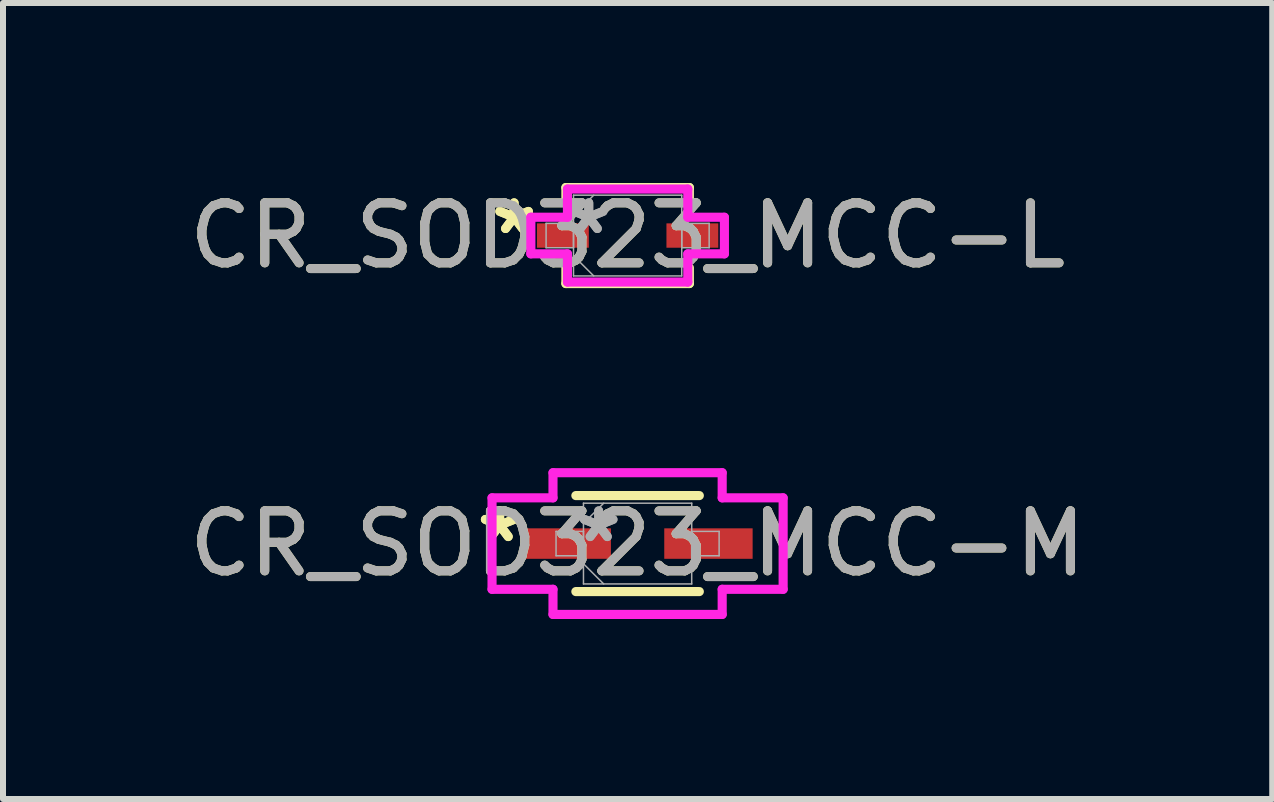
<source format=kicad_pcb>
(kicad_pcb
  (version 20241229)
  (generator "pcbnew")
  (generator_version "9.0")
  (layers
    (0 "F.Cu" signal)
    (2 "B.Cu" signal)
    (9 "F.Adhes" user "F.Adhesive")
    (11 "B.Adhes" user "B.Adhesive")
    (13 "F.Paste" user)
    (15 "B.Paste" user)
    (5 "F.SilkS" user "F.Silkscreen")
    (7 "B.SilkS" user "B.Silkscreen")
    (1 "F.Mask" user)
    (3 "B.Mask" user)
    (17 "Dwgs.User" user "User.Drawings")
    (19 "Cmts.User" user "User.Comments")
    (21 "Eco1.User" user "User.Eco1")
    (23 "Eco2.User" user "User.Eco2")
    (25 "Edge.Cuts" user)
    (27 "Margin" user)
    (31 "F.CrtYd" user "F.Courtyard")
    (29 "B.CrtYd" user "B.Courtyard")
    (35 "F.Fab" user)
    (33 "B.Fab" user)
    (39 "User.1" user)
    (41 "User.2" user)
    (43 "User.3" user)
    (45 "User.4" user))
  (footprint "CR_SOD323_MCC-M"
    (layer "F.Cu")
    (at 7.577 6.01)
    (property "Reference" "CR_SOD323_MCC-M" (at 0 0 0) (unlocked yes) (layer "F.SilkS") (effects (font (size 1 1) (thickness 0.15))))
    (attr smd)
    (fp_line (start -1.029 0.8) (end 1.029 0.8) (stroke (width 0.152) (type solid)) (layer "F.SilkS"))
    (fp_line (start 1.029 -0.8) (end -1.029 -0.8) (stroke (width 0.152) (type solid)) (layer "F.SilkS"))
    (fp_line (start -2.426 -0.762) (end -1.41 -0.762) (stroke (width 0.152) (type solid)) (layer "F.CrtYd"))
    (fp_line (start -2.426 0.762) (end -2.426 -0.762) (stroke (width 0.152) (type solid)) (layer "F.CrtYd"))
    (fp_line (start -1.41 -1.181) (end 1.41 -1.181) (stroke (width 0.152) (type solid)) (layer "F.CrtYd"))
    (fp_line (start -1.41 -0.762) (end -1.41 -1.181) (stroke (width 0.152) (type solid)) (layer "F.CrtYd"))
    (fp_line (start -1.41 0.762) (end -2.426 0.762) (stroke (width 0.152) (type solid)) (layer "F.CrtYd"))
    (fp_line (start -1.41 1.181) (end -1.41 0.762) (stroke (width 0.152) (type solid)) (layer "F.CrtYd"))
    (fp_line (start 1.41 -1.181) (end 1.41 -0.762) (stroke (width 0.152) (type solid)) (layer "F.CrtYd"))
    (fp_line (start 1.41 -0.762) (end 2.426 -0.762) (stroke (width 0.152) (type solid)) (layer "F.CrtYd"))
    (fp_line (start 1.41 0.762) (end 1.41 1.181) (stroke (width 0.152) (type solid)) (layer "F.CrtYd"))
    (fp_line (start 1.41 1.181) (end -1.41 1.181) (stroke (width 0.152) (type solid)) (layer "F.CrtYd"))
    (fp_line (start 2.426 -0.762) (end 2.426 0.762) (stroke (width 0.152) (type solid)) (layer "F.CrtYd"))
    (fp_line (start 2.426 0.762) (end 1.41 0.762) (stroke (width 0.152) (type solid)) (layer "F.CrtYd"))
    (fp_line (start -1.359 -0.203) (end -1.359 0.203) (stroke (width 0.025) (type solid)) (layer "F.Fab"))
    (fp_line (start -1.359 0.203) (end -0.902 0.203) (stroke (width 0.025) (type solid)) (layer "F.Fab"))
    (fp_line (start -0.902 -0.673) (end -0.902 0.673) (stroke (width 0.025) (type solid)) (layer "F.Fab"))
    (fp_line (start -0.902 -0.337) (end -0.565 -0.673) (stroke (width 0.025) (type solid)) (layer "F.Fab"))
    (fp_line (start -0.902 -0.203) (end -1.359 -0.203) (stroke (width 0.025) (type solid)) (layer "F.Fab"))
    (fp_line (start -0.902 0.203) (end -0.902 -0.203) (stroke (width 0.025) (type solid)) (layer "F.Fab"))
    (fp_line (start -0.902 0.337) (end -0.565 0.673) (stroke (width 0.025) (type solid)) (layer "F.Fab"))
    (fp_line (start -0.902 0.673) (end 0.902 0.673) (stroke (width 0.025) (type solid)) (layer "F.Fab"))
    (fp_line (start 0.902 -0.673) (end -0.902 -0.673) (stroke (width 0.025) (type solid)) (layer "F.Fab"))
    (fp_line (start 0.902 -0.203) (end 0.902 0.203) (stroke (width 0.025) (type solid)) (layer "F.Fab"))
    (fp_line (start 0.902 0.203) (end 1.359 0.203) (stroke (width 0.025) (type solid)) (layer "F.Fab"))
    (fp_line (start 0.902 0.673) (end 0.902 -0.673) (stroke (width 0.025) (type solid)) (layer "F.Fab"))
    (fp_line (start 1.359 -0.203) (end 0.902 -0.203) (stroke (width 0.025) (type solid)) (layer "F.Fab"))
    (fp_line (start 1.359 0.203) (end 1.359 -0.203) (stroke (width 0.025) (type solid)) (layer "F.Fab"))
    (fp_text user "*" (at -2.299 0 0) (layer "F.SilkS") (effects (font (size 1 1) (thickness 0.15))))
    (fp_text user "*" (at -2.299 0 0) (unlocked yes) (layer "F.SilkS") (effects (font (size 1 1) (thickness 0.15))))
    (fp_text user "*" (at -0.648 0 0) (unlocked yes) (layer "F.Fab") (effects (font (size 1 1) (thickness 0.15))))
    (fp_text user "*" (at -0.648 0 0) (layer "F.Fab") (effects (font (size 1 1) (thickness 0.15))))
    (fp_text user "${REFERENCE}" (at 0 0 0) (unlocked yes) (layer "F.Fab") (effects (font (size 1 1) (thickness 0.15))))
    (pad "1" smd rect (at -1.181 0) (size 1.473 0.508) (layers "F.Cu" "F.Mask" "F.Paste"))
    (pad "2" smd rect (at 1.181 0) (size 1.473 0.508) (layers "F.Cu" "F.Mask" "F.Paste")))
  (footprint "CR_SOD323_MCC-L"
    (layer "F.Cu")
    (at 7.411 0.876)
    (property "Reference" "CR_SOD323_MCC-L" (at 0 0 0) (unlocked yes) (layer "F.SilkS") (effects (font (size 1 1) (thickness 0.15))))
    (attr smd)
    (fp_line (start -1.029 -0.8) (end -1.029 -0.536) (stroke (width 0.152) (type solid)) (layer "F.SilkS"))
    (fp_line (start -1.029 0.536) (end -1.029 0.8) (stroke (width 0.152) (type solid)) (layer "F.SilkS"))
    (fp_line (start -1.029 0.8) (end 1.029 0.8) (stroke (width 0.152) (type solid)) (layer "F.SilkS"))
    (fp_line (start 1.029 -0.8) (end -1.029 -0.8) (stroke (width 0.152) (type solid)) (layer "F.SilkS"))
    (fp_line (start 1.029 -0.536) (end 1.029 -0.8) (stroke (width 0.152) (type solid)) (layer "F.SilkS"))
    (fp_line (start 1.029 0.8) (end 1.029 0.536) (stroke (width 0.152) (type solid)) (layer "F.SilkS"))
    (fp_line (start -1.613 -0.305) (end -1.003 -0.305) (stroke (width 0.152) (type solid)) (layer "F.CrtYd"))
    (fp_line (start -1.613 0.305) (end -1.613 -0.305) (stroke (width 0.152) (type solid)) (layer "F.CrtYd"))
    (fp_line (start -1.003 -0.775) (end 1.003 -0.775) (stroke (width 0.152) (type solid)) (layer "F.CrtYd"))
    (fp_line (start -1.003 -0.305) (end -1.003 -0.775) (stroke (width 0.152) (type solid)) (layer "F.CrtYd"))
    (fp_line (start -1.003 0.305) (end -1.613 0.305) (stroke (width 0.152) (type solid)) (layer "F.CrtYd"))
    (fp_line (start -1.003 0.775) (end -1.003 0.305) (stroke (width 0.152) (type solid)) (layer "F.CrtYd"))
    (fp_line (start 1.003 -0.775) (end 1.003 -0.305) (stroke (width 0.152) (type solid)) (layer "F.CrtYd"))
    (fp_line (start 1.003 -0.305) (end 1.613 -0.305) (stroke (width 0.152) (type solid)) (layer "F.CrtYd"))
    (fp_line (start 1.003 0.305) (end 1.003 0.775) (stroke (width 0.152) (type solid)) (layer "F.CrtYd"))
    (fp_line (start 1.003 0.775) (end -1.003 0.775) (stroke (width 0.152) (type solid)) (layer "F.CrtYd"))
    (fp_line (start 1.613 -0.305) (end 1.613 0.305) (stroke (width 0.152) (type solid)) (layer "F.CrtYd"))
    (fp_line (start 1.613 0.305) (end 1.003 0.305) (stroke (width 0.152) (type solid)) (layer "F.CrtYd"))
    (fp_line (start -1.359 -0.203) (end -1.359 0.203) (stroke (width 0.025) (type solid)) (layer "F.Fab"))
    (fp_line (start -1.359 0.203) (end -0.902 0.203) (stroke (width 0.025) (type solid)) (layer "F.Fab"))
    (fp_line (start -0.902 -0.673) (end -0.902 0.673) (stroke (width 0.025) (type solid)) (layer "F.Fab"))
    (fp_line (start -0.902 -0.337) (end -0.565 -0.673) (stroke (width 0.025) (type solid)) (layer "F.Fab"))
    (fp_line (start -0.902 -0.203) (end -1.359 -0.203) (stroke (width 0.025) (type solid)) (layer "F.Fab"))
    (fp_line (start -0.902 0.203) (end -0.902 -0.203) (stroke (width 0.025) (type solid)) (layer "F.Fab"))
    (fp_line (start -0.902 0.337) (end -0.565 0.673) (stroke (width 0.025) (type solid)) (layer "F.Fab"))
    (fp_line (start -0.902 0.673) (end 0.902 0.673) (stroke (width 0.025) (type solid)) (layer "F.Fab"))
    (fp_line (start 0.902 -0.673) (end -0.902 -0.673) (stroke (width 0.025) (type solid)) (layer "F.Fab"))
    (fp_line (start 0.902 -0.203) (end 0.902 0.203) (stroke (width 0.025) (type solid)) (layer "F.Fab"))
    (fp_line (start 0.902 0.203) (end 1.359 0.203) (stroke (width 0.025) (type solid)) (layer "F.Fab"))
    (fp_line (start 0.902 0.673) (end 0.902 -0.673) (stroke (width 0.025) (type solid)) (layer "F.Fab"))
    (fp_line (start 1.359 -0.203) (end 0.902 -0.203) (stroke (width 0.025) (type solid)) (layer "F.Fab"))
    (fp_line (start 1.359 0.203) (end 1.359 -0.203) (stroke (width 0.025) (type solid)) (layer "F.Fab"))
    (fp_text user "*" (at -1.892 0 0) (unlocked yes) (layer "F.SilkS") (effects (font (size 1 1) (thickness 0.15))))
    (fp_text user "*" (at -1.892 0 0) (layer "F.SilkS") (effects (font (size 1 1) (thickness 0.15))))
    (fp_text user "*" (at -0.648 0 0) (layer "F.Fab") (effects (font (size 1 1) (thickness 0.15))))
    (fp_text user "*" (at -0.648 0 0) (unlocked yes) (layer "F.Fab") (effects (font (size 1 1) (thickness 0.15))))
    (fp_text user "${REFERENCE}" (at 0 0 0) (unlocked yes) (layer "F.Fab") (effects (font (size 1 1) (thickness 0.15))))
    (pad "1" smd rect (at -1.079 0) (size 0.864 0.406) (layers "F.Cu" "F.Mask" "F.Paste"))
    (pad "2" smd rect (at 1.079 0) (size 0.864 0.406) (layers "F.Cu" "F.Mask" "F.Paste")))
  (gr_rect
    (start -3 -3)
    (end 18.155 10.267)
    (stroke (width 0.1) (type default))
    (fill no)
    (layer "Edge.Cuts")))
</source>
